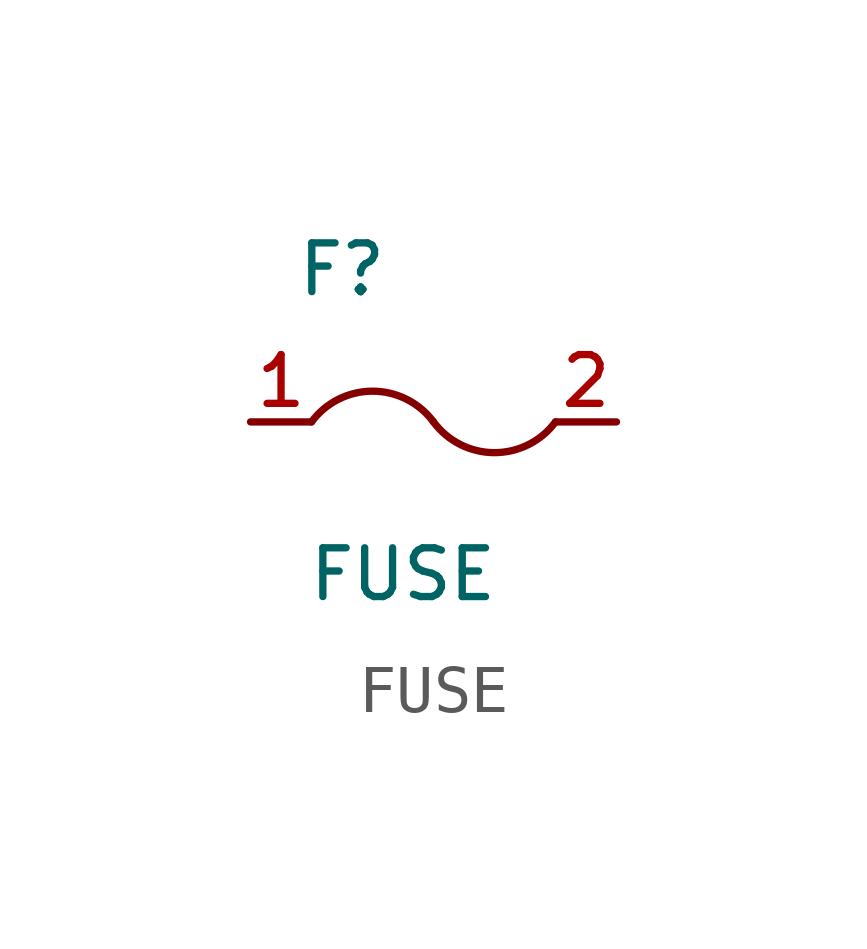
<source format=kicad_sym>
(kicad_symbol_lib
  (version 20201005)
  (generator kicad_symbol_editor)
  (symbol "FUSE"
    (pin_names
      (offset 0.254))
    (property "Reference" "F"
      (at -1.905 3.175 0)
      (effects (font (size 1.016 1.016))))
    (property "Value" "FUSE"
      (at -0.635 -3.175 0)
      (effects (font (size 1.016 1.016))))
    (property "Footprint" ""
      (at 0 0 0)
      (effects (font (size 1.524 1.524))))
    (property "Datasheet" ""
      (at 0 0 0)
      (effects (font (size 1.524 1.524))))
    (symbol "FUSE_0_1"
      (arc (start 0 0) (end -2.54 0) (radius (at -1.27 -0.9398) (length 1.5748) (angles 36.5 143.5)) (stroke (width 0)) (fill (type none)))
      (arc (start 0 0) (end 2.54 0) (radius (at 1.27 0.9398) (length 1.5748) (angles -143.5 -36.5)) (stroke (width 0)) (fill (type none))))
    (symbol "FUSE_1_1"
      (pin input line (at -3.81 0 0) (length 1.27) (name "~" (effects (font (size 1.016 1.016)))) (number "1" (effects (font (size 1.016 1.016)))))
      (pin input line (at 3.81 0 180) (length 1.27) (name "~" (effects (font (size 1.016 1.016)))) (number "2" (effects (font (size 1.016 1.016))))))))
</source>
